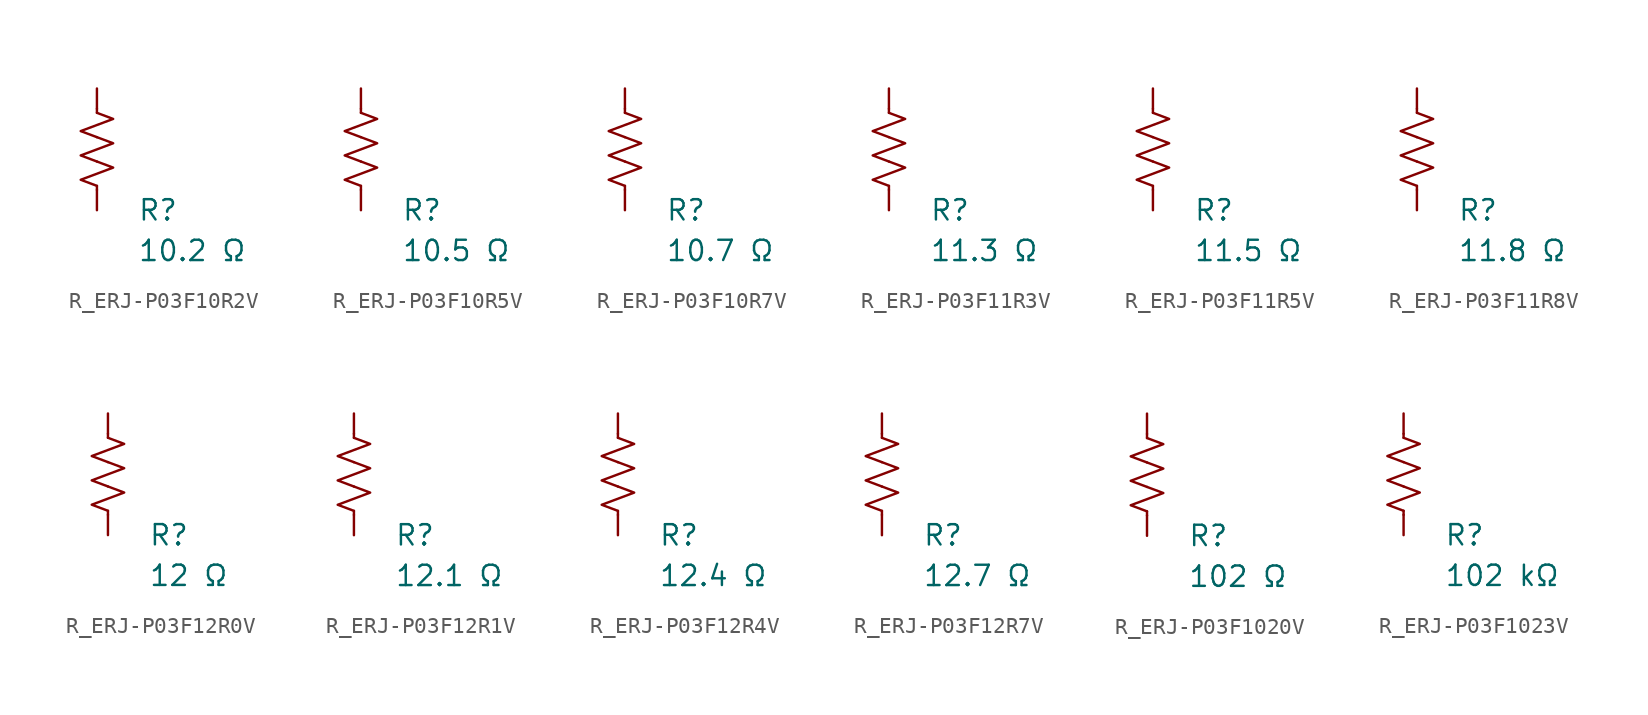
<source format=kicad_sym>
(kicad_symbol_lib
  (version 20231120)
  (generator "kicad_symbol_editor")
  (generator_version "8.0")
  (symbol "R_ERJ-P03F10R2V"
    (pin_numbers hide)
    (pin_names
      (offset 0))
    (property "Reference" "R"
      (at 2.54 -3.81 0)
      (effects (font (size 1.27 1.27)) (justify left))
      (show_name no))
    (property "Value" "10.2 Ω"
      (at 2.54 -6.35 0)
      (effects (font (size 1.27 1.27)) (justify left))
      (show_name no))
    (symbol "R_ERJ-P03F10R2V_0_1"
      (polyline (pts (xy 0 -2.286) (xy 0 -2.54)) (stroke (width 0) (type default)) (fill (type none)))
      (polyline (pts (xy 0 2.286) (xy 0 2.54)) (stroke (width 0) (type default)) (fill (type none)))
      (polyline (pts (xy 0 -0.762) (xy 1.016 -1.143) (xy 0 -1.524) (xy -1.016 -1.905) (xy 0 -2.286)) (stroke (width 0) (type default)) (fill (type none)))
      (polyline (pts (xy 0 0.762) (xy 1.016 0.381) (xy 0 0) (xy -1.016 -0.381) (xy 0 -0.762)) (stroke (width 0) (type default)) (fill (type none)))
      (polyline (pts (xy 0 2.286) (xy 1.016 1.905) (xy 0 1.524) (xy -1.016 1.143) (xy 0 0.762)) (stroke (width 0) (type default)) (fill (type none))))
    (symbol "R_ERJ-P03F10R2V_1_1"
      (pin passive line (at 0 3.81 270) (length 1.27) (name "~" (effects (font (size 1.27 1.27)))) (number "1" (effects (font (size 1.27 1.27)))))
      (pin passive line (at 0 -3.81 90) (length 1.27) (name "~" (effects (font (size 1.27 1.27)))) (number "2" (effects (font (size 1.27 1.27)))))))
  (symbol "R_ERJ-P03F10R5V"
    (pin_numbers hide)
    (pin_names
      (offset 0))
    (property "Reference" "R"
      (at 2.54 -3.81 0)
      (effects (font (size 1.27 1.27)) (justify left))
      (show_name no))
    (property "Value" "10.5 Ω"
      (at 2.54 -6.35 0)
      (effects (font (size 1.27 1.27)) (justify left))
      (show_name no))
    (symbol "R_ERJ-P03F10R5V_0_1"
      (polyline (pts (xy 0 -2.286) (xy 0 -2.54)) (stroke (width 0) (type default)) (fill (type none)))
      (polyline (pts (xy 0 2.286) (xy 0 2.54)) (stroke (width 0) (type default)) (fill (type none)))
      (polyline (pts (xy 0 -0.762) (xy 1.016 -1.143) (xy 0 -1.524) (xy -1.016 -1.905) (xy 0 -2.286)) (stroke (width 0) (type default)) (fill (type none)))
      (polyline (pts (xy 0 0.762) (xy 1.016 0.381) (xy 0 0) (xy -1.016 -0.381) (xy 0 -0.762)) (stroke (width 0) (type default)) (fill (type none)))
      (polyline (pts (xy 0 2.286) (xy 1.016 1.905) (xy 0 1.524) (xy -1.016 1.143) (xy 0 0.762)) (stroke (width 0) (type default)) (fill (type none))))
    (symbol "R_ERJ-P03F10R5V_1_1"
      (pin passive line (at 0 3.81 270) (length 1.27) (name "~" (effects (font (size 1.27 1.27)))) (number "1" (effects (font (size 1.27 1.27)))))
      (pin passive line (at 0 -3.81 90) (length 1.27) (name "~" (effects (font (size 1.27 1.27)))) (number "2" (effects (font (size 1.27 1.27)))))))
  (symbol "R_ERJ-P03F10R7V"
    (pin_numbers hide)
    (pin_names
      (offset 0))
    (property "Reference" "R"
      (at 2.54 -3.81 0)
      (effects (font (size 1.27 1.27)) (justify left))
      (show_name no))
    (property "Value" "10.7 Ω"
      (at 2.54 -6.35 0)
      (effects (font (size 1.27 1.27)) (justify left))
      (show_name no))
    (symbol "R_ERJ-P03F10R7V_0_1"
      (polyline (pts (xy 0 -2.286) (xy 0 -2.54)) (stroke (width 0) (type default)) (fill (type none)))
      (polyline (pts (xy 0 2.286) (xy 0 2.54)) (stroke (width 0) (type default)) (fill (type none)))
      (polyline (pts (xy 0 -0.762) (xy 1.016 -1.143) (xy 0 -1.524) (xy -1.016 -1.905) (xy 0 -2.286)) (stroke (width 0) (type default)) (fill (type none)))
      (polyline (pts (xy 0 0.762) (xy 1.016 0.381) (xy 0 0) (xy -1.016 -0.381) (xy 0 -0.762)) (stroke (width 0) (type default)) (fill (type none)))
      (polyline (pts (xy 0 2.286) (xy 1.016 1.905) (xy 0 1.524) (xy -1.016 1.143) (xy 0 0.762)) (stroke (width 0) (type default)) (fill (type none))))
    (symbol "R_ERJ-P03F10R7V_1_1"
      (pin passive line (at 0 3.81 270) (length 1.27) (name "~" (effects (font (size 1.27 1.27)))) (number "1" (effects (font (size 1.27 1.27)))))
      (pin passive line (at 0 -3.81 90) (length 1.27) (name "~" (effects (font (size 1.27 1.27)))) (number "2" (effects (font (size 1.27 1.27)))))))
  (symbol "R_ERJ-P03F11R3V"
    (pin_numbers hide)
    (pin_names
      (offset 0))
    (property "Reference" "R"
      (at 2.54 -3.81 0)
      (effects (font (size 1.27 1.27)) (justify left))
      (show_name no))
    (property "Value" "11.3 Ω"
      (at 2.54 -6.35 0)
      (effects (font (size 1.27 1.27)) (justify left))
      (show_name no))
    (symbol "R_ERJ-P03F11R3V_0_1"
      (polyline (pts (xy 0 -2.286) (xy 0 -2.54)) (stroke (width 0) (type default)) (fill (type none)))
      (polyline (pts (xy 0 2.286) (xy 0 2.54)) (stroke (width 0) (type default)) (fill (type none)))
      (polyline (pts (xy 0 -0.762) (xy 1.016 -1.143) (xy 0 -1.524) (xy -1.016 -1.905) (xy 0 -2.286)) (stroke (width 0) (type default)) (fill (type none)))
      (polyline (pts (xy 0 0.762) (xy 1.016 0.381) (xy 0 0) (xy -1.016 -0.381) (xy 0 -0.762)) (stroke (width 0) (type default)) (fill (type none)))
      (polyline (pts (xy 0 2.286) (xy 1.016 1.905) (xy 0 1.524) (xy -1.016 1.143) (xy 0 0.762)) (stroke (width 0) (type default)) (fill (type none))))
    (symbol "R_ERJ-P03F11R3V_1_1"
      (pin passive line (at 0 3.81 270) (length 1.27) (name "~" (effects (font (size 1.27 1.27)))) (number "1" (effects (font (size 1.27 1.27)))))
      (pin passive line (at 0 -3.81 90) (length 1.27) (name "~" (effects (font (size 1.27 1.27)))) (number "2" (effects (font (size 1.27 1.27)))))))
  (symbol "R_ERJ-P03F11R5V"
    (pin_numbers hide)
    (pin_names
      (offset 0))
    (property "Reference" "R"
      (at 2.54 -3.81 0)
      (effects (font (size 1.27 1.27)) (justify left))
      (show_name no))
    (property "Value" "11.5 Ω"
      (at 2.54 -6.35 0)
      (effects (font (size 1.27 1.27)) (justify left))
      (show_name no))
    (symbol "R_ERJ-P03F11R5V_0_1"
      (polyline (pts (xy 0 -2.286) (xy 0 -2.54)) (stroke (width 0) (type default)) (fill (type none)))
      (polyline (pts (xy 0 2.286) (xy 0 2.54)) (stroke (width 0) (type default)) (fill (type none)))
      (polyline (pts (xy 0 -0.762) (xy 1.016 -1.143) (xy 0 -1.524) (xy -1.016 -1.905) (xy 0 -2.286)) (stroke (width 0) (type default)) (fill (type none)))
      (polyline (pts (xy 0 0.762) (xy 1.016 0.381) (xy 0 0) (xy -1.016 -0.381) (xy 0 -0.762)) (stroke (width 0) (type default)) (fill (type none)))
      (polyline (pts (xy 0 2.286) (xy 1.016 1.905) (xy 0 1.524) (xy -1.016 1.143) (xy 0 0.762)) (stroke (width 0) (type default)) (fill (type none))))
    (symbol "R_ERJ-P03F11R5V_1_1"
      (pin passive line (at 0 3.81 270) (length 1.27) (name "~" (effects (font (size 1.27 1.27)))) (number "1" (effects (font (size 1.27 1.27)))))
      (pin passive line (at 0 -3.81 90) (length 1.27) (name "~" (effects (font (size 1.27 1.27)))) (number "2" (effects (font (size 1.27 1.27)))))))
  (symbol "R_ERJ-P03F11R8V"
    (pin_numbers hide)
    (pin_names
      (offset 0))
    (property "Reference" "R"
      (at 2.54 -3.81 0)
      (effects (font (size 1.27 1.27)) (justify left))
      (show_name no))
    (property "Value" "11.8 Ω"
      (at 2.54 -6.35 0)
      (effects (font (size 1.27 1.27)) (justify left))
      (show_name no))
    (symbol "R_ERJ-P03F11R8V_0_1"
      (polyline (pts (xy 0 -2.286) (xy 0 -2.54)) (stroke (width 0) (type default)) (fill (type none)))
      (polyline (pts (xy 0 2.286) (xy 0 2.54)) (stroke (width 0) (type default)) (fill (type none)))
      (polyline (pts (xy 0 -0.762) (xy 1.016 -1.143) (xy 0 -1.524) (xy -1.016 -1.905) (xy 0 -2.286)) (stroke (width 0) (type default)) (fill (type none)))
      (polyline (pts (xy 0 0.762) (xy 1.016 0.381) (xy 0 0) (xy -1.016 -0.381) (xy 0 -0.762)) (stroke (width 0) (type default)) (fill (type none)))
      (polyline (pts (xy 0 2.286) (xy 1.016 1.905) (xy 0 1.524) (xy -1.016 1.143) (xy 0 0.762)) (stroke (width 0) (type default)) (fill (type none))))
    (symbol "R_ERJ-P03F11R8V_1_1"
      (pin passive line (at 0 3.81 270) (length 1.27) (name "~" (effects (font (size 1.27 1.27)))) (number "1" (effects (font (size 1.27 1.27)))))
      (pin passive line (at 0 -3.81 90) (length 1.27) (name "~" (effects (font (size 1.27 1.27)))) (number "2" (effects (font (size 1.27 1.27)))))))
  (symbol "R_ERJ-P03F12R0V"
    (pin_numbers hide)
    (pin_names
      (offset 0))
    (property "Reference" "R"
      (at 2.54 -3.81 0)
      (effects (font (size 1.27 1.27)) (justify left))
      (show_name no))
    (property "Value" "12 Ω"
      (at 2.54 -6.35 0)
      (effects (font (size 1.27 1.27)) (justify left))
      (show_name no))
    (symbol "R_ERJ-P03F12R0V_0_1"
      (polyline (pts (xy 0 -2.286) (xy 0 -2.54)) (stroke (width 0) (type default)) (fill (type none)))
      (polyline (pts (xy 0 2.286) (xy 0 2.54)) (stroke (width 0) (type default)) (fill (type none)))
      (polyline (pts (xy 0 -0.762) (xy 1.016 -1.143) (xy 0 -1.524) (xy -1.016 -1.905) (xy 0 -2.286)) (stroke (width 0) (type default)) (fill (type none)))
      (polyline (pts (xy 0 0.762) (xy 1.016 0.381) (xy 0 0) (xy -1.016 -0.381) (xy 0 -0.762)) (stroke (width 0) (type default)) (fill (type none)))
      (polyline (pts (xy 0 2.286) (xy 1.016 1.905) (xy 0 1.524) (xy -1.016 1.143) (xy 0 0.762)) (stroke (width 0) (type default)) (fill (type none))))
    (symbol "R_ERJ-P03F12R0V_1_1"
      (pin passive line (at 0 3.81 270) (length 1.27) (name "~" (effects (font (size 1.27 1.27)))) (number "1" (effects (font (size 1.27 1.27)))))
      (pin passive line (at 0 -3.81 90) (length 1.27) (name "~" (effects (font (size 1.27 1.27)))) (number "2" (effects (font (size 1.27 1.27)))))))
  (symbol "R_ERJ-P03F12R1V"
    (pin_numbers hide)
    (pin_names
      (offset 0))
    (property "Reference" "R"
      (at 2.54 -3.81 0)
      (effects (font (size 1.27 1.27)) (justify left))
      (show_name no))
    (property "Value" "12.1 Ω"
      (at 2.54 -6.35 0)
      (effects (font (size 1.27 1.27)) (justify left))
      (show_name no))
    (symbol "R_ERJ-P03F12R1V_0_1"
      (polyline (pts (xy 0 -2.286) (xy 0 -2.54)) (stroke (width 0) (type default)) (fill (type none)))
      (polyline (pts (xy 0 2.286) (xy 0 2.54)) (stroke (width 0) (type default)) (fill (type none)))
      (polyline (pts (xy 0 -0.762) (xy 1.016 -1.143) (xy 0 -1.524) (xy -1.016 -1.905) (xy 0 -2.286)) (stroke (width 0) (type default)) (fill (type none)))
      (polyline (pts (xy 0 0.762) (xy 1.016 0.381) (xy 0 0) (xy -1.016 -0.381) (xy 0 -0.762)) (stroke (width 0) (type default)) (fill (type none)))
      (polyline (pts (xy 0 2.286) (xy 1.016 1.905) (xy 0 1.524) (xy -1.016 1.143) (xy 0 0.762)) (stroke (width 0) (type default)) (fill (type none))))
    (symbol "R_ERJ-P03F12R1V_1_1"
      (pin passive line (at 0 3.81 270) (length 1.27) (name "~" (effects (font (size 1.27 1.27)))) (number "1" (effects (font (size 1.27 1.27)))))
      (pin passive line (at 0 -3.81 90) (length 1.27) (name "~" (effects (font (size 1.27 1.27)))) (number "2" (effects (font (size 1.27 1.27)))))))
  (symbol "R_ERJ-P03F12R4V"
    (pin_numbers hide)
    (pin_names
      (offset 0))
    (property "Reference" "R"
      (at 2.54 -3.81 0)
      (effects (font (size 1.27 1.27)) (justify left))
      (show_name no))
    (property "Value" "12.4 Ω"
      (at 2.54 -6.35 0)
      (effects (font (size 1.27 1.27)) (justify left))
      (show_name no))
    (symbol "R_ERJ-P03F12R4V_0_1"
      (polyline (pts (xy 0 -2.286) (xy 0 -2.54)) (stroke (width 0) (type default)) (fill (type none)))
      (polyline (pts (xy 0 2.286) (xy 0 2.54)) (stroke (width 0) (type default)) (fill (type none)))
      (polyline (pts (xy 0 -0.762) (xy 1.016 -1.143) (xy 0 -1.524) (xy -1.016 -1.905) (xy 0 -2.286)) (stroke (width 0) (type default)) (fill (type none)))
      (polyline (pts (xy 0 0.762) (xy 1.016 0.381) (xy 0 0) (xy -1.016 -0.381) (xy 0 -0.762)) (stroke (width 0) (type default)) (fill (type none)))
      (polyline (pts (xy 0 2.286) (xy 1.016 1.905) (xy 0 1.524) (xy -1.016 1.143) (xy 0 0.762)) (stroke (width 0) (type default)) (fill (type none))))
    (symbol "R_ERJ-P03F12R4V_1_1"
      (pin passive line (at 0 3.81 270) (length 1.27) (name "~" (effects (font (size 1.27 1.27)))) (number "1" (effects (font (size 1.27 1.27)))))
      (pin passive line (at 0 -3.81 90) (length 1.27) (name "~" (effects (font (size 1.27 1.27)))) (number "2" (effects (font (size 1.27 1.27)))))))
  (symbol "R_ERJ-P03F12R7V"
    (pin_numbers hide)
    (pin_names
      (offset 0))
    (property "Reference" "R"
      (at 2.54 -3.81 0)
      (effects (font (size 1.27 1.27)) (justify left))
      (show_name no))
    (property "Value" "12.7 Ω"
      (at 2.54 -6.35 0)
      (effects (font (size 1.27 1.27)) (justify left))
      (show_name no))
    (symbol "R_ERJ-P03F12R7V_0_1"
      (polyline (pts (xy 0 -2.286) (xy 0 -2.54)) (stroke (width 0) (type default)) (fill (type none)))
      (polyline (pts (xy 0 2.286) (xy 0 2.54)) (stroke (width 0) (type default)) (fill (type none)))
      (polyline (pts (xy 0 -0.762) (xy 1.016 -1.143) (xy 0 -1.524) (xy -1.016 -1.905) (xy 0 -2.286)) (stroke (width 0) (type default)) (fill (type none)))
      (polyline (pts (xy 0 0.762) (xy 1.016 0.381) (xy 0 0) (xy -1.016 -0.381) (xy 0 -0.762)) (stroke (width 0) (type default)) (fill (type none)))
      (polyline (pts (xy 0 2.286) (xy 1.016 1.905) (xy 0 1.524) (xy -1.016 1.143) (xy 0 0.762)) (stroke (width 0) (type default)) (fill (type none))))
    (symbol "R_ERJ-P03F12R7V_1_1"
      (pin passive line (at 0 3.81 270) (length 1.27) (name "~" (effects (font (size 1.27 1.27)))) (number "1" (effects (font (size 1.27 1.27)))))
      (pin passive line (at 0 -3.81 90) (length 1.27) (name "~" (effects (font (size 1.27 1.27)))) (number "2" (effects (font (size 1.27 1.27)))))))
  (symbol "R_ERJ-P03F1020V"
    (pin_numbers hide)
    (pin_names
      (offset 0))
    (property "Reference" "R"
      (at 2.54 -3.81 0)
      (effects (font (size 1.27 1.27)) (justify left))
      (show_name no))
    (property "Value" "102 Ω"
      (at 2.54 -6.35 0)
      (effects (font (size 1.27 1.27)) (justify left))
      (show_name no))
    (symbol "R_ERJ-P03F1020V_0_1"
      (polyline (pts (xy 0 -2.286) (xy 0 -2.54)) (stroke (width 0) (type default)) (fill (type none)))
      (polyline (pts (xy 0 2.286) (xy 0 2.54)) (stroke (width 0) (type default)) (fill (type none)))
      (polyline (pts (xy 0 -0.762) (xy 1.016 -1.143) (xy 0 -1.524) (xy -1.016 -1.905) (xy 0 -2.286)) (stroke (width 0) (type default)) (fill (type none)))
      (polyline (pts (xy 0 0.762) (xy 1.016 0.381) (xy 0 0) (xy -1.016 -0.381) (xy 0 -0.762)) (stroke (width 0) (type default)) (fill (type none)))
      (polyline (pts (xy 0 2.286) (xy 1.016 1.905) (xy 0 1.524) (xy -1.016 1.143) (xy 0 0.762)) (stroke (width 0) (type default)) (fill (type none))))
    (symbol "R_ERJ-P03F1020V_1_1"
      (pin passive line (at 0 3.81 270) (length 1.27) (name "~" (effects (font (size 1.27 1.27)))) (number "1" (effects (font (size 1.27 1.27)))))
      (pin passive line (at 0 -3.81 90) (length 1.27) (name "~" (effects (font (size 1.27 1.27)))) (number "2" (effects (font (size 1.27 1.27)))))))
  (symbol "R_ERJ-P03F1023V"
    (pin_numbers hide)
    (pin_names
      (offset 0))
    (property "Reference" "R"
      (at 2.54 -3.81 0)
      (effects (font (size 1.27 1.27)) (justify left))
      (show_name no))
    (property "Value" "102 kΩ"
      (at 2.54 -6.35 0)
      (effects (font (size 1.27 1.27)) (justify left))
      (show_name no))
    (symbol "R_ERJ-P03F1023V_0_1"
      (polyline (pts (xy 0 -2.286) (xy 0 -2.54)) (stroke (width 0) (type default)) (fill (type none)))
      (polyline (pts (xy 0 2.286) (xy 0 2.54)) (stroke (width 0) (type default)) (fill (type none)))
      (polyline (pts (xy 0 -0.762) (xy 1.016 -1.143) (xy 0 -1.524) (xy -1.016 -1.905) (xy 0 -2.286)) (stroke (width 0) (type default)) (fill (type none)))
      (polyline (pts (xy 0 0.762) (xy 1.016 0.381) (xy 0 0) (xy -1.016 -0.381) (xy 0 -0.762)) (stroke (width 0) (type default)) (fill (type none)))
      (polyline (pts (xy 0 2.286) (xy 1.016 1.905) (xy 0 1.524) (xy -1.016 1.143) (xy 0 0.762)) (stroke (width 0) (type default)) (fill (type none))))
    (symbol "R_ERJ-P03F1023V_1_1"
      (pin passive line (at 0 3.81 270) (length 1.27) (name "~" (effects (font (size 1.27 1.27)))) (number "1" (effects (font (size 1.27 1.27)))))
      (pin passive line (at 0 -3.81 90) (length 1.27) (name "~" (effects (font (size 1.27 1.27)))) (number "2" (effects (font (size 1.27 1.27))))))))
</source>
